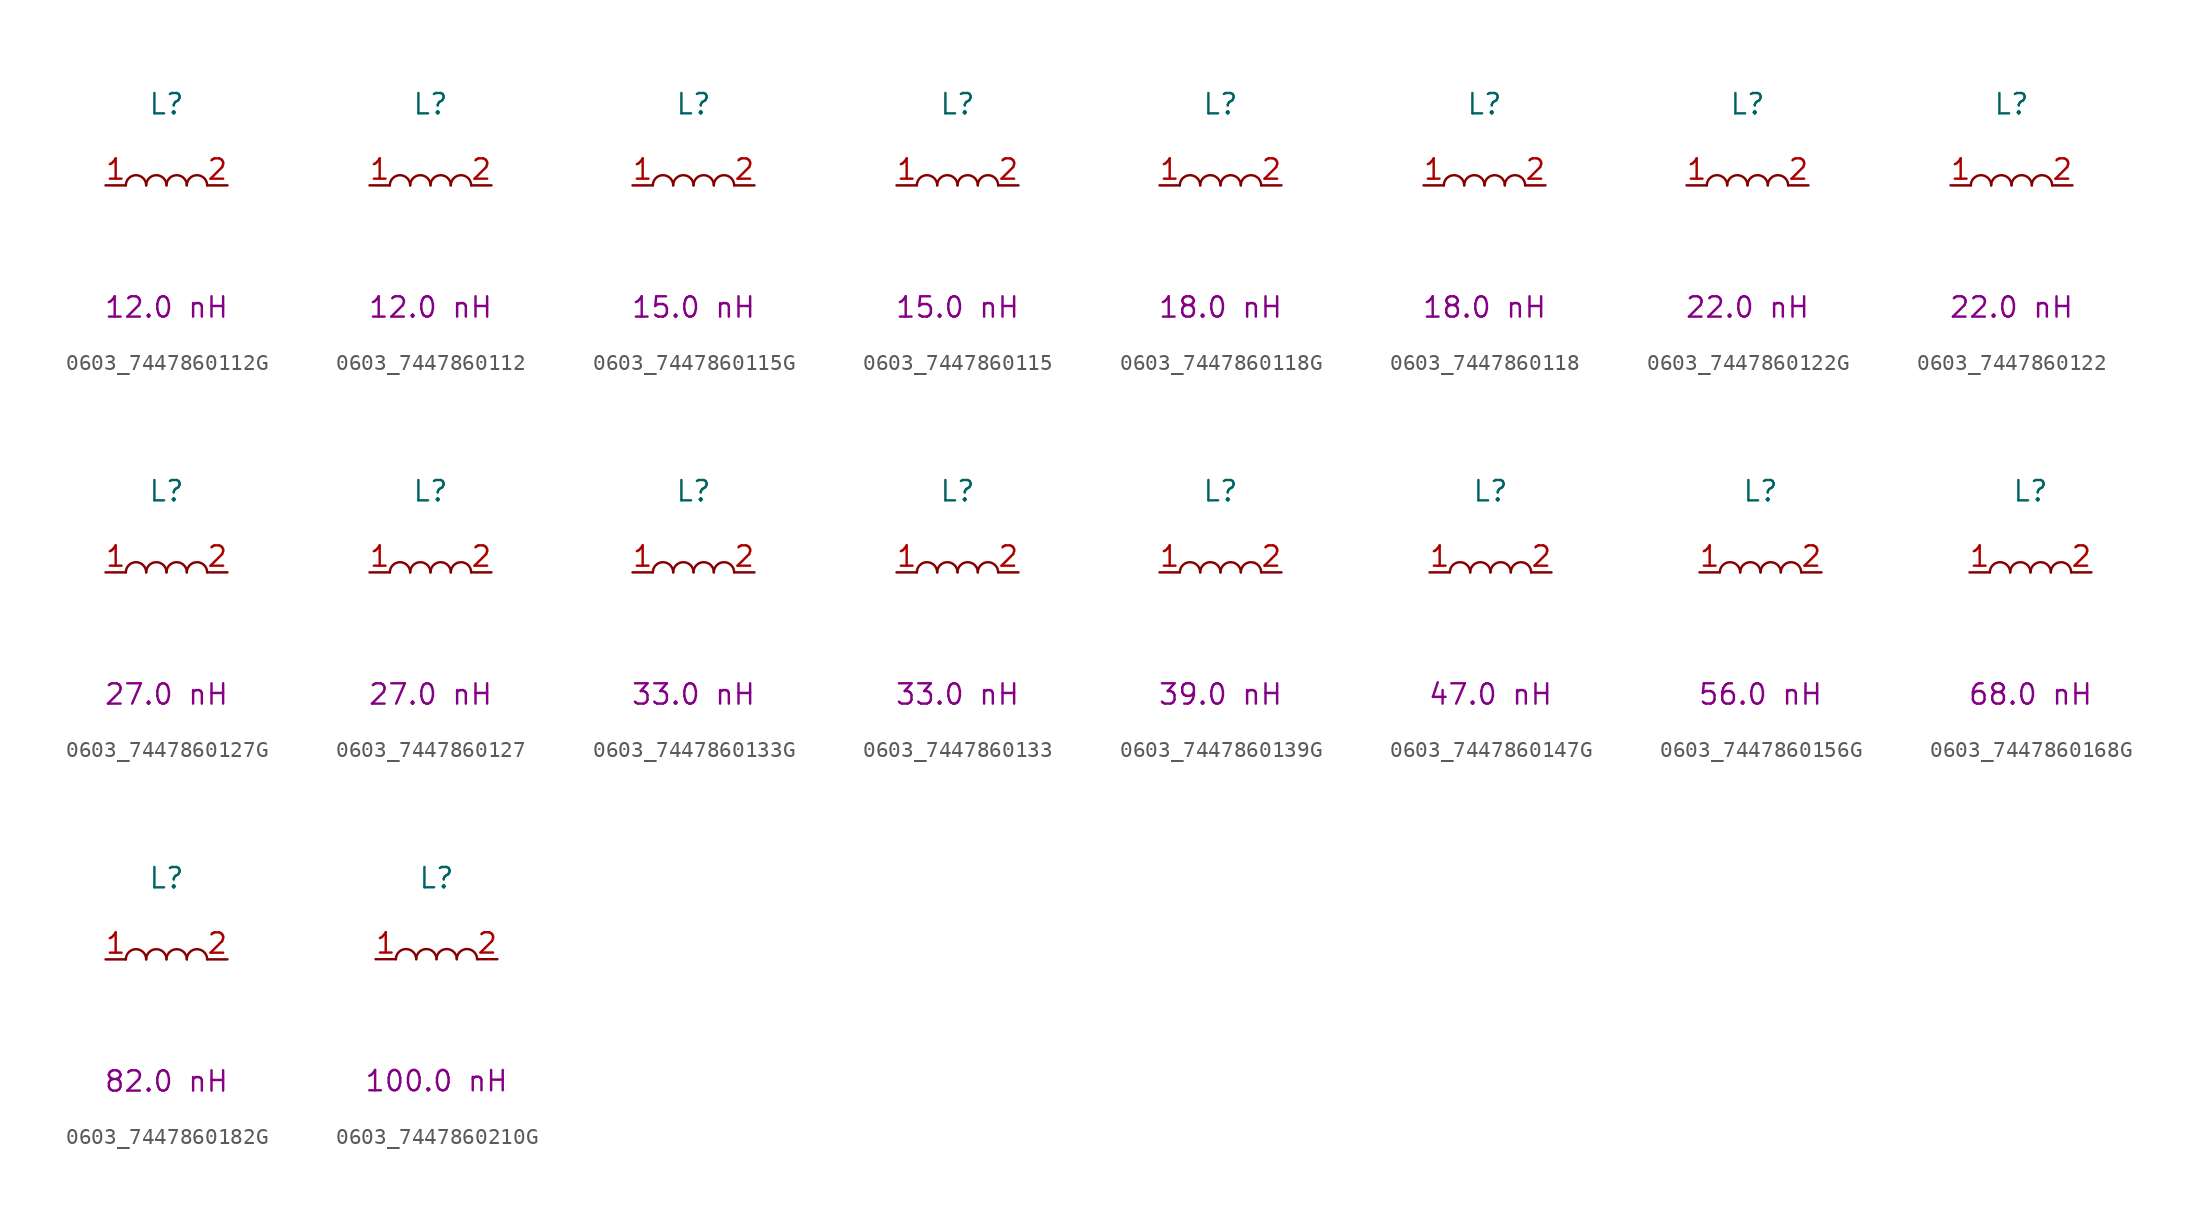
<source format=kicad_sym>
(kicad_symbol_lib
  (version 20220914)
  (generator kicad_symbol_editor)
  (symbol "0603_7447860112G"
    (pin_names hide)
    (property "Reference" "L"
      (at 0 5.08 0)
      (effects (font (size 1.27 1.27))))
    (property "Critical Parameter" "12.0 nH"
      (at 0 -7.62 0)
      (effects (font (size 1.27 1.27))))
    (symbol "0603_7447860112G_0_1"
      (arc (start -1.27 0) (mid -1.905 0.6323) (end -2.54 0) (stroke (width 0) (type default)) (fill (type none)))
      (arc (start 0 0) (mid -0.635 0.6323) (end -1.27 0) (stroke (width 0) (type default)) (fill (type none)))
      (arc (start 1.27 0) (mid 0.635 0.6323) (end 0 0) (stroke (width 0) (type default)) (fill (type none)))
      (arc (start 2.54 0) (mid 1.905 0.6323) (end 1.27 0) (stroke (width 0) (type default)) (fill (type none))))
    (symbol "0603_7447860112G_1_1"
      (pin passive line (at -3.81 0 0) (length 1.27) (name "1" (effects (font (size 1.27 1.27)))) (number "1" (effects (font (size 1.27 1.27)))))
      (pin passive line (at 3.81 0 180) (length 1.27) (name "2" (effects (font (size 1.27 1.27)))) (number "2" (effects (font (size 1.27 1.27)))))))
  (symbol "0603_7447860112"
    (pin_names hide)
    (property "Reference" "L"
      (at 0 5.08 0)
      (effects (font (size 1.27 1.27))))
    (property "Critical Parameter" "12.0 nH"
      (at 0 -7.62 0)
      (effects (font (size 1.27 1.27))))
    (symbol "0603_7447860112_0_1"
      (arc (start -1.27 0) (mid -1.905 0.6323) (end -2.54 0) (stroke (width 0) (type default)) (fill (type none)))
      (arc (start 0 0) (mid -0.635 0.6323) (end -1.27 0) (stroke (width 0) (type default)) (fill (type none)))
      (arc (start 1.27 0) (mid 0.635 0.6323) (end 0 0) (stroke (width 0) (type default)) (fill (type none)))
      (arc (start 2.54 0) (mid 1.905 0.6323) (end 1.27 0) (stroke (width 0) (type default)) (fill (type none))))
    (symbol "0603_7447860112_1_1"
      (pin passive line (at -3.81 0 0) (length 1.27) (name "1" (effects (font (size 1.27 1.27)))) (number "1" (effects (font (size 1.27 1.27)))))
      (pin passive line (at 3.81 0 180) (length 1.27) (name "2" (effects (font (size 1.27 1.27)))) (number "2" (effects (font (size 1.27 1.27)))))))
  (symbol "0603_7447860115G"
    (pin_names hide)
    (property "Reference" "L"
      (at 0 5.08 0)
      (effects (font (size 1.27 1.27))))
    (property "Critical Parameter" "15.0 nH"
      (at 0 -7.62 0)
      (effects (font (size 1.27 1.27))))
    (symbol "0603_7447860115G_0_1"
      (arc (start -1.27 0) (mid -1.905 0.6323) (end -2.54 0) (stroke (width 0) (type default)) (fill (type none)))
      (arc (start 0 0) (mid -0.635 0.6323) (end -1.27 0) (stroke (width 0) (type default)) (fill (type none)))
      (arc (start 1.27 0) (mid 0.635 0.6323) (end 0 0) (stroke (width 0) (type default)) (fill (type none)))
      (arc (start 2.54 0) (mid 1.905 0.6323) (end 1.27 0) (stroke (width 0) (type default)) (fill (type none))))
    (symbol "0603_7447860115G_1_1"
      (pin passive line (at -3.81 0 0) (length 1.27) (name "1" (effects (font (size 1.27 1.27)))) (number "1" (effects (font (size 1.27 1.27)))))
      (pin passive line (at 3.81 0 180) (length 1.27) (name "2" (effects (font (size 1.27 1.27)))) (number "2" (effects (font (size 1.27 1.27)))))))
  (symbol "0603_7447860115"
    (pin_names hide)
    (property "Reference" "L"
      (at 0 5.08 0)
      (effects (font (size 1.27 1.27))))
    (property "Critical Parameter" "15.0 nH"
      (at 0 -7.62 0)
      (effects (font (size 1.27 1.27))))
    (symbol "0603_7447860115_0_1"
      (arc (start -1.27 0) (mid -1.905 0.6323) (end -2.54 0) (stroke (width 0) (type default)) (fill (type none)))
      (arc (start 0 0) (mid -0.635 0.6323) (end -1.27 0) (stroke (width 0) (type default)) (fill (type none)))
      (arc (start 1.27 0) (mid 0.635 0.6323) (end 0 0) (stroke (width 0) (type default)) (fill (type none)))
      (arc (start 2.54 0) (mid 1.905 0.6323) (end 1.27 0) (stroke (width 0) (type default)) (fill (type none))))
    (symbol "0603_7447860115_1_1"
      (pin passive line (at -3.81 0 0) (length 1.27) (name "1" (effects (font (size 1.27 1.27)))) (number "1" (effects (font (size 1.27 1.27)))))
      (pin passive line (at 3.81 0 180) (length 1.27) (name "2" (effects (font (size 1.27 1.27)))) (number "2" (effects (font (size 1.27 1.27)))))))
  (symbol "0603_7447860118G"
    (pin_names hide)
    (property "Reference" "L"
      (at 0 5.08 0)
      (effects (font (size 1.27 1.27))))
    (property "Critical Parameter" "18.0 nH"
      (at 0 -7.62 0)
      (effects (font (size 1.27 1.27))))
    (symbol "0603_7447860118G_0_1"
      (arc (start -1.27 0) (mid -1.905 0.6323) (end -2.54 0) (stroke (width 0) (type default)) (fill (type none)))
      (arc (start 0 0) (mid -0.635 0.6323) (end -1.27 0) (stroke (width 0) (type default)) (fill (type none)))
      (arc (start 1.27 0) (mid 0.635 0.6323) (end 0 0) (stroke (width 0) (type default)) (fill (type none)))
      (arc (start 2.54 0) (mid 1.905 0.6323) (end 1.27 0) (stroke (width 0) (type default)) (fill (type none))))
    (symbol "0603_7447860118G_1_1"
      (pin passive line (at -3.81 0 0) (length 1.27) (name "1" (effects (font (size 1.27 1.27)))) (number "1" (effects (font (size 1.27 1.27)))))
      (pin passive line (at 3.81 0 180) (length 1.27) (name "2" (effects (font (size 1.27 1.27)))) (number "2" (effects (font (size 1.27 1.27)))))))
  (symbol "0603_7447860118"
    (pin_names hide)
    (property "Reference" "L"
      (at 0 5.08 0)
      (effects (font (size 1.27 1.27))))
    (property "Critical Parameter" "18.0 nH"
      (at 0 -7.62 0)
      (effects (font (size 1.27 1.27))))
    (symbol "0603_7447860118_0_1"
      (arc (start -1.27 0) (mid -1.905 0.6323) (end -2.54 0) (stroke (width 0) (type default)) (fill (type none)))
      (arc (start 0 0) (mid -0.635 0.6323) (end -1.27 0) (stroke (width 0) (type default)) (fill (type none)))
      (arc (start 1.27 0) (mid 0.635 0.6323) (end 0 0) (stroke (width 0) (type default)) (fill (type none)))
      (arc (start 2.54 0) (mid 1.905 0.6323) (end 1.27 0) (stroke (width 0) (type default)) (fill (type none))))
    (symbol "0603_7447860118_1_1"
      (pin passive line (at -3.81 0 0) (length 1.27) (name "1" (effects (font (size 1.27 1.27)))) (number "1" (effects (font (size 1.27 1.27)))))
      (pin passive line (at 3.81 0 180) (length 1.27) (name "2" (effects (font (size 1.27 1.27)))) (number "2" (effects (font (size 1.27 1.27)))))))
  (symbol "0603_7447860122G"
    (pin_names hide)
    (property "Reference" "L"
      (at 0 5.08 0)
      (effects (font (size 1.27 1.27))))
    (property "Critical Parameter" "22.0 nH"
      (at 0 -7.62 0)
      (effects (font (size 1.27 1.27))))
    (symbol "0603_7447860122G_0_1"
      (arc (start -1.27 0) (mid -1.905 0.6323) (end -2.54 0) (stroke (width 0) (type default)) (fill (type none)))
      (arc (start 0 0) (mid -0.635 0.6323) (end -1.27 0) (stroke (width 0) (type default)) (fill (type none)))
      (arc (start 1.27 0) (mid 0.635 0.6323) (end 0 0) (stroke (width 0) (type default)) (fill (type none)))
      (arc (start 2.54 0) (mid 1.905 0.6323) (end 1.27 0) (stroke (width 0) (type default)) (fill (type none))))
    (symbol "0603_7447860122G_1_1"
      (pin passive line (at -3.81 0 0) (length 1.27) (name "1" (effects (font (size 1.27 1.27)))) (number "1" (effects (font (size 1.27 1.27)))))
      (pin passive line (at 3.81 0 180) (length 1.27) (name "2" (effects (font (size 1.27 1.27)))) (number "2" (effects (font (size 1.27 1.27)))))))
  (symbol "0603_7447860122"
    (pin_names hide)
    (property "Reference" "L"
      (at 0 5.08 0)
      (effects (font (size 1.27 1.27))))
    (property "Critical Parameter" "22.0 nH"
      (at 0 -7.62 0)
      (effects (font (size 1.27 1.27))))
    (symbol "0603_7447860122_0_1"
      (arc (start -1.27 0) (mid -1.905 0.6323) (end -2.54 0) (stroke (width 0) (type default)) (fill (type none)))
      (arc (start 0 0) (mid -0.635 0.6323) (end -1.27 0) (stroke (width 0) (type default)) (fill (type none)))
      (arc (start 1.27 0) (mid 0.635 0.6323) (end 0 0) (stroke (width 0) (type default)) (fill (type none)))
      (arc (start 2.54 0) (mid 1.905 0.6323) (end 1.27 0) (stroke (width 0) (type default)) (fill (type none))))
    (symbol "0603_7447860122_1_1"
      (pin passive line (at -3.81 0 0) (length 1.27) (name "1" (effects (font (size 1.27 1.27)))) (number "1" (effects (font (size 1.27 1.27)))))
      (pin passive line (at 3.81 0 180) (length 1.27) (name "2" (effects (font (size 1.27 1.27)))) (number "2" (effects (font (size 1.27 1.27)))))))
  (symbol "0603_7447860127G"
    (pin_names hide)
    (property "Reference" "L"
      (at 0 5.08 0)
      (effects (font (size 1.27 1.27))))
    (property "Critical Parameter" "27.0 nH"
      (at 0 -7.62 0)
      (effects (font (size 1.27 1.27))))
    (symbol "0603_7447860127G_0_1"
      (arc (start -1.27 0) (mid -1.905 0.6323) (end -2.54 0) (stroke (width 0) (type default)) (fill (type none)))
      (arc (start 0 0) (mid -0.635 0.6323) (end -1.27 0) (stroke (width 0) (type default)) (fill (type none)))
      (arc (start 1.27 0) (mid 0.635 0.6323) (end 0 0) (stroke (width 0) (type default)) (fill (type none)))
      (arc (start 2.54 0) (mid 1.905 0.6323) (end 1.27 0) (stroke (width 0) (type default)) (fill (type none))))
    (symbol "0603_7447860127G_1_1"
      (pin passive line (at -3.81 0 0) (length 1.27) (name "1" (effects (font (size 1.27 1.27)))) (number "1" (effects (font (size 1.27 1.27)))))
      (pin passive line (at 3.81 0 180) (length 1.27) (name "2" (effects (font (size 1.27 1.27)))) (number "2" (effects (font (size 1.27 1.27)))))))
  (symbol "0603_7447860127"
    (pin_names hide)
    (property "Reference" "L"
      (at 0 5.08 0)
      (effects (font (size 1.27 1.27))))
    (property "Critical Parameter" "27.0 nH"
      (at 0 -7.62 0)
      (effects (font (size 1.27 1.27))))
    (symbol "0603_7447860127_0_1"
      (arc (start -1.27 0) (mid -1.905 0.6323) (end -2.54 0) (stroke (width 0) (type default)) (fill (type none)))
      (arc (start 0 0) (mid -0.635 0.6323) (end -1.27 0) (stroke (width 0) (type default)) (fill (type none)))
      (arc (start 1.27 0) (mid 0.635 0.6323) (end 0 0) (stroke (width 0) (type default)) (fill (type none)))
      (arc (start 2.54 0) (mid 1.905 0.6323) (end 1.27 0) (stroke (width 0) (type default)) (fill (type none))))
    (symbol "0603_7447860127_1_1"
      (pin passive line (at -3.81 0 0) (length 1.27) (name "1" (effects (font (size 1.27 1.27)))) (number "1" (effects (font (size 1.27 1.27)))))
      (pin passive line (at 3.81 0 180) (length 1.27) (name "2" (effects (font (size 1.27 1.27)))) (number "2" (effects (font (size 1.27 1.27)))))))
  (symbol "0603_7447860133G"
    (pin_names hide)
    (property "Reference" "L"
      (at 0 5.08 0)
      (effects (font (size 1.27 1.27))))
    (property "Critical Parameter" "33.0 nH"
      (at 0 -7.62 0)
      (effects (font (size 1.27 1.27))))
    (symbol "0603_7447860133G_0_1"
      (arc (start -1.27 0) (mid -1.905 0.6323) (end -2.54 0) (stroke (width 0) (type default)) (fill (type none)))
      (arc (start 0 0) (mid -0.635 0.6323) (end -1.27 0) (stroke (width 0) (type default)) (fill (type none)))
      (arc (start 1.27 0) (mid 0.635 0.6323) (end 0 0) (stroke (width 0) (type default)) (fill (type none)))
      (arc (start 2.54 0) (mid 1.905 0.6323) (end 1.27 0) (stroke (width 0) (type default)) (fill (type none))))
    (symbol "0603_7447860133G_1_1"
      (pin passive line (at -3.81 0 0) (length 1.27) (name "1" (effects (font (size 1.27 1.27)))) (number "1" (effects (font (size 1.27 1.27)))))
      (pin passive line (at 3.81 0 180) (length 1.27) (name "2" (effects (font (size 1.27 1.27)))) (number "2" (effects (font (size 1.27 1.27)))))))
  (symbol "0603_7447860133"
    (pin_names hide)
    (property "Reference" "L"
      (at 0 5.08 0)
      (effects (font (size 1.27 1.27))))
    (property "Critical Parameter" "33.0 nH"
      (at 0 -7.62 0)
      (effects (font (size 1.27 1.27))))
    (symbol "0603_7447860133_0_1"
      (arc (start -1.27 0) (mid -1.905 0.6323) (end -2.54 0) (stroke (width 0) (type default)) (fill (type none)))
      (arc (start 0 0) (mid -0.635 0.6323) (end -1.27 0) (stroke (width 0) (type default)) (fill (type none)))
      (arc (start 1.27 0) (mid 0.635 0.6323) (end 0 0) (stroke (width 0) (type default)) (fill (type none)))
      (arc (start 2.54 0) (mid 1.905 0.6323) (end 1.27 0) (stroke (width 0) (type default)) (fill (type none))))
    (symbol "0603_7447860133_1_1"
      (pin passive line (at -3.81 0 0) (length 1.27) (name "1" (effects (font (size 1.27 1.27)))) (number "1" (effects (font (size 1.27 1.27)))))
      (pin passive line (at 3.81 0 180) (length 1.27) (name "2" (effects (font (size 1.27 1.27)))) (number "2" (effects (font (size 1.27 1.27)))))))
  (symbol "0603_7447860139G"
    (pin_names hide)
    (property "Reference" "L"
      (at 0 5.08 0)
      (effects (font (size 1.27 1.27))))
    (property "Critical Parameter" "39.0 nH"
      (at 0 -7.62 0)
      (effects (font (size 1.27 1.27))))
    (symbol "0603_7447860139G_0_1"
      (arc (start -1.27 0) (mid -1.905 0.6323) (end -2.54 0) (stroke (width 0) (type default)) (fill (type none)))
      (arc (start 0 0) (mid -0.635 0.6323) (end -1.27 0) (stroke (width 0) (type default)) (fill (type none)))
      (arc (start 1.27 0) (mid 0.635 0.6323) (end 0 0) (stroke (width 0) (type default)) (fill (type none)))
      (arc (start 2.54 0) (mid 1.905 0.6323) (end 1.27 0) (stroke (width 0) (type default)) (fill (type none))))
    (symbol "0603_7447860139G_1_1"
      (pin passive line (at -3.81 0 0) (length 1.27) (name "1" (effects (font (size 1.27 1.27)))) (number "1" (effects (font (size 1.27 1.27)))))
      (pin passive line (at 3.81 0 180) (length 1.27) (name "2" (effects (font (size 1.27 1.27)))) (number "2" (effects (font (size 1.27 1.27)))))))
  (symbol "0603_7447860147G"
    (pin_names hide)
    (property "Reference" "L"
      (at 0 5.08 0)
      (effects (font (size 1.27 1.27))))
    (property "Critical Parameter" "47.0 nH"
      (at 0 -7.62 0)
      (effects (font (size 1.27 1.27))))
    (symbol "0603_7447860147G_0_1"
      (arc (start -1.27 0) (mid -1.905 0.6323) (end -2.54 0) (stroke (width 0) (type default)) (fill (type none)))
      (arc (start 0 0) (mid -0.635 0.6323) (end -1.27 0) (stroke (width 0) (type default)) (fill (type none)))
      (arc (start 1.27 0) (mid 0.635 0.6323) (end 0 0) (stroke (width 0) (type default)) (fill (type none)))
      (arc (start 2.54 0) (mid 1.905 0.6323) (end 1.27 0) (stroke (width 0) (type default)) (fill (type none))))
    (symbol "0603_7447860147G_1_1"
      (pin passive line (at -3.81 0 0) (length 1.27) (name "1" (effects (font (size 1.27 1.27)))) (number "1" (effects (font (size 1.27 1.27)))))
      (pin passive line (at 3.81 0 180) (length 1.27) (name "2" (effects (font (size 1.27 1.27)))) (number "2" (effects (font (size 1.27 1.27)))))))
  (symbol "0603_7447860156G"
    (pin_names hide)
    (property "Reference" "L"
      (at 0 5.08 0)
      (effects (font (size 1.27 1.27))))
    (property "Critical Parameter" "56.0 nH"
      (at 0 -7.62 0)
      (effects (font (size 1.27 1.27))))
    (symbol "0603_7447860156G_0_1"
      (arc (start -1.27 0) (mid -1.905 0.6323) (end -2.54 0) (stroke (width 0) (type default)) (fill (type none)))
      (arc (start 0 0) (mid -0.635 0.6323) (end -1.27 0) (stroke (width 0) (type default)) (fill (type none)))
      (arc (start 1.27 0) (mid 0.635 0.6323) (end 0 0) (stroke (width 0) (type default)) (fill (type none)))
      (arc (start 2.54 0) (mid 1.905 0.6323) (end 1.27 0) (stroke (width 0) (type default)) (fill (type none))))
    (symbol "0603_7447860156G_1_1"
      (pin passive line (at -3.81 0 0) (length 1.27) (name "1" (effects (font (size 1.27 1.27)))) (number "1" (effects (font (size 1.27 1.27)))))
      (pin passive line (at 3.81 0 180) (length 1.27) (name "2" (effects (font (size 1.27 1.27)))) (number "2" (effects (font (size 1.27 1.27)))))))
  (symbol "0603_7447860168G"
    (pin_names hide)
    (property "Reference" "L"
      (at 0 5.08 0)
      (effects (font (size 1.27 1.27))))
    (property "Critical Parameter" "68.0 nH"
      (at 0 -7.62 0)
      (effects (font (size 1.27 1.27))))
    (symbol "0603_7447860168G_0_1"
      (arc (start -1.27 0) (mid -1.905 0.6323) (end -2.54 0) (stroke (width 0) (type default)) (fill (type none)))
      (arc (start 0 0) (mid -0.635 0.6323) (end -1.27 0) (stroke (width 0) (type default)) (fill (type none)))
      (arc (start 1.27 0) (mid 0.635 0.6323) (end 0 0) (stroke (width 0) (type default)) (fill (type none)))
      (arc (start 2.54 0) (mid 1.905 0.6323) (end 1.27 0) (stroke (width 0) (type default)) (fill (type none))))
    (symbol "0603_7447860168G_1_1"
      (pin passive line (at -3.81 0 0) (length 1.27) (name "1" (effects (font (size 1.27 1.27)))) (number "1" (effects (font (size 1.27 1.27)))))
      (pin passive line (at 3.81 0 180) (length 1.27) (name "2" (effects (font (size 1.27 1.27)))) (number "2" (effects (font (size 1.27 1.27)))))))
  (symbol "0603_7447860182G"
    (pin_names hide)
    (property "Reference" "L"
      (at 0 5.08 0)
      (effects (font (size 1.27 1.27))))
    (property "Critical Parameter" "82.0 nH"
      (at 0 -7.62 0)
      (effects (font (size 1.27 1.27))))
    (symbol "0603_7447860182G_0_1"
      (arc (start -1.27 0) (mid -1.905 0.6323) (end -2.54 0) (stroke (width 0) (type default)) (fill (type none)))
      (arc (start 0 0) (mid -0.635 0.6323) (end -1.27 0) (stroke (width 0) (type default)) (fill (type none)))
      (arc (start 1.27 0) (mid 0.635 0.6323) (end 0 0) (stroke (width 0) (type default)) (fill (type none)))
      (arc (start 2.54 0) (mid 1.905 0.6323) (end 1.27 0) (stroke (width 0) (type default)) (fill (type none))))
    (symbol "0603_7447860182G_1_1"
      (pin passive line (at -3.81 0 0) (length 1.27) (name "1" (effects (font (size 1.27 1.27)))) (number "1" (effects (font (size 1.27 1.27)))))
      (pin passive line (at 3.81 0 180) (length 1.27) (name "2" (effects (font (size 1.27 1.27)))) (number "2" (effects (font (size 1.27 1.27)))))))
  (symbol "0603_7447860210G"
    (pin_names hide)
    (property "Reference" "L"
      (at 0 5.08 0)
      (effects (font (size 1.27 1.27))))
    (property "Critical Parameter" "100.0 nH"
      (at 0 -7.62 0)
      (effects (font (size 1.27 1.27))))
    (symbol "0603_7447860210G_0_1"
      (arc (start -1.27 0) (mid -1.905 0.6323) (end -2.54 0) (stroke (width 0) (type default)) (fill (type none)))
      (arc (start 0 0) (mid -0.635 0.6323) (end -1.27 0) (stroke (width 0) (type default)) (fill (type none)))
      (arc (start 1.27 0) (mid 0.635 0.6323) (end 0 0) (stroke (width 0) (type default)) (fill (type none)))
      (arc (start 2.54 0) (mid 1.905 0.6323) (end 1.27 0) (stroke (width 0) (type default)) (fill (type none))))
    (symbol "0603_7447860210G_1_1"
      (pin passive line (at -3.81 0 0) (length 1.27) (name "1" (effects (font (size 1.27 1.27)))) (number "1" (effects (font (size 1.27 1.27)))))
      (pin passive line (at 3.81 0 180) (length 1.27) (name "2" (effects (font (size 1.27 1.27)))) (number "2" (effects (font (size 1.27 1.27))))))))
</source>
